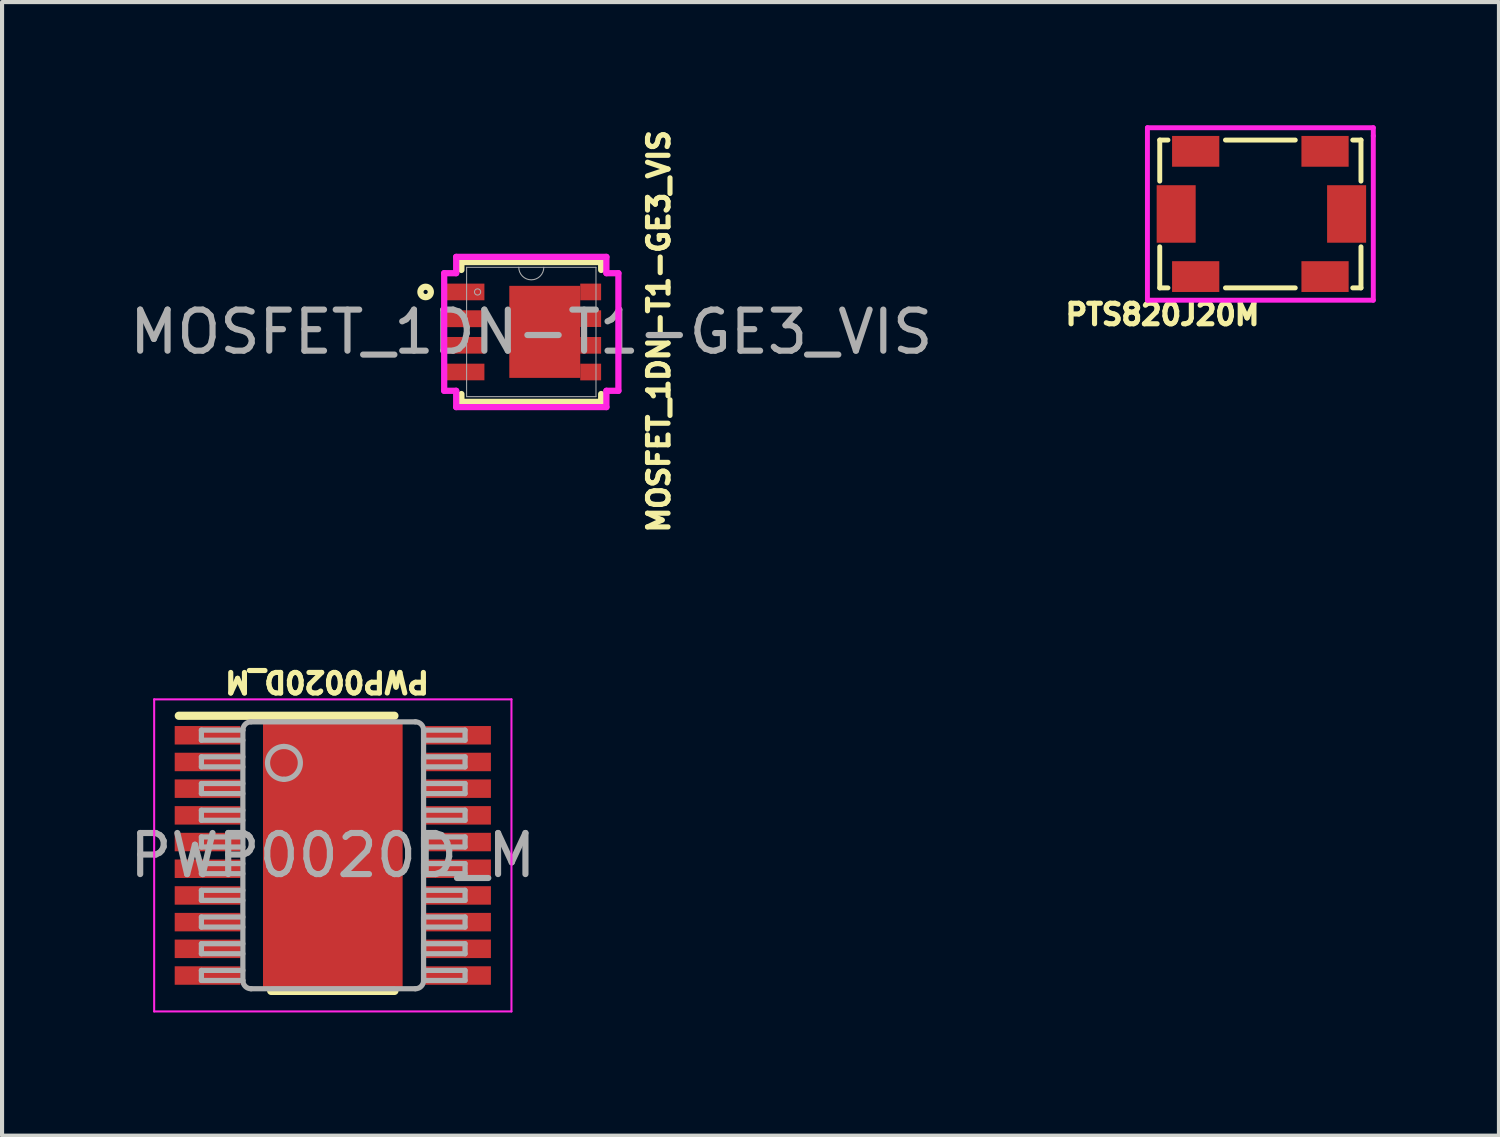
<source format=kicad_pcb>
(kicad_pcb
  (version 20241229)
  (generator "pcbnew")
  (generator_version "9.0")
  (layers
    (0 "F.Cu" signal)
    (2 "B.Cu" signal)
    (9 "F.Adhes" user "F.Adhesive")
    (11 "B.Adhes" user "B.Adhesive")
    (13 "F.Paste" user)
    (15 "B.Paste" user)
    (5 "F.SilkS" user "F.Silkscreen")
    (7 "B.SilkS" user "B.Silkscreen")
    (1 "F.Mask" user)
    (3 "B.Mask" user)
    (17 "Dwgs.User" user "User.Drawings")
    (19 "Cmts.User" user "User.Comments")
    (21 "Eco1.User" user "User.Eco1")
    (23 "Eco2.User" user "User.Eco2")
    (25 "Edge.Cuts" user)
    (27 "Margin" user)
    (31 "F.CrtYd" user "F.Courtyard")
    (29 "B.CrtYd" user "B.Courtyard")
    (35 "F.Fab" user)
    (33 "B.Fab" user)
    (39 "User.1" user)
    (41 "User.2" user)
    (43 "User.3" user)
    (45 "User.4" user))
  (footprint "MOSFET_1DN-T1-GE3_VIS"
    (layer "F.Cu")
    (at 9.887 5.034)
    (property "Reference" "MOSFET_1DN-T1-GE3_VIS" (at 3.105 -0.016 90) (unlocked yes) (layer "F.SilkS") (effects (font (size 0.5 0.5) (thickness 0.125))))
    (attr smd)
    (fp_poly (pts (xy -0.536 -1.118) (xy -0.536 1.118) (xy 1.191 1.118) (xy 1.191 -1.118)) (stroke (width 0) (type solid)) (fill yes) (layer "F.Mask"))
    (fp_poly (pts (xy -0.536 -1.118) (xy -0.536 1.118) (xy 1.191 1.118) (xy 1.191 -1.118)) (stroke (width 0) (type solid)) (fill yes) (layer "F.Mask"))
    (fp_line (start -1.702 -1.702) (end -1.702 -1.511) (stroke (width 0.152) (type solid)) (layer "F.SilkS"))
    (fp_line (start -1.702 1.511) (end -1.702 1.702) (stroke (width 0.152) (type solid)) (layer "F.SilkS"))
    (fp_line (start -1.702 1.702) (end 1.702 1.702) (stroke (width 0.152) (type solid)) (layer "F.SilkS"))
    (fp_line (start 1.702 -1.702) (end -1.702 -1.702) (stroke (width 0.152) (type solid)) (layer "F.SilkS"))
    (fp_line (start 1.702 -1.511) (end 1.702 -1.702) (stroke (width 0.152) (type solid)) (layer "F.SilkS"))
    (fp_line (start 1.702 1.702) (end 1.702 1.511) (stroke (width 0.152) (type solid)) (layer "F.SilkS"))
    (fp_circle (center -2.573 -0.975) (end -2.446 -0.975) (stroke (width 0.152) (type solid)) (fill no) (layer "F.SilkS"))
    (fp_line (start -2.121 -1.432) (end -1.829 -1.432) (stroke (width 0.152) (type solid)) (layer "F.CrtYd"))
    (fp_line (start -2.121 1.432) (end -2.121 -1.432) (stroke (width 0.152) (type solid)) (layer "F.CrtYd"))
    (fp_line (start -2.121 1.432) (end -1.829 1.432) (stroke (width 0.152) (type solid)) (layer "F.CrtYd"))
    (fp_line (start -1.829 -1.829) (end 1.829 -1.829) (stroke (width 0.152) (type solid)) (layer "F.CrtYd"))
    (fp_line (start -1.829 -1.432) (end -1.829 -1.829) (stroke (width 0.152) (type solid)) (layer "F.CrtYd"))
    (fp_line (start -1.829 1.829) (end -1.829 1.432) (stroke (width 0.152) (type solid)) (layer "F.CrtYd"))
    (fp_line (start 1.829 -1.829) (end 1.829 -1.432) (stroke (width 0.152) (type solid)) (layer "F.CrtYd"))
    (fp_line (start 1.829 1.432) (end 1.829 1.829) (stroke (width 0.152) (type solid)) (layer "F.CrtYd"))
    (fp_line (start 1.829 1.829) (end -1.829 1.829) (stroke (width 0.152) (type solid)) (layer "F.CrtYd"))
    (fp_line (start 2.121 -1.432) (end 1.829 -1.432) (stroke (width 0.152) (type solid)) (layer "F.CrtYd"))
    (fp_line (start 2.121 -1.432) (end 2.121 1.432) (stroke (width 0.152) (type solid)) (layer "F.CrtYd"))
    (fp_line (start 2.121 1.432) (end 1.829 1.432) (stroke (width 0.152) (type solid)) (layer "F.CrtYd"))
    (fp_line (start -1.575 -1.575) (end -1.575 1.575) (stroke (width 0.025) (type solid)) (layer "F.Fab"))
    (fp_line (start -1.575 1.575) (end 1.575 1.575) (stroke (width 0.025) (type solid)) (layer "F.Fab"))
    (fp_line (start 1.575 -1.575) (end -1.575 -1.575) (stroke (width 0.025) (type solid)) (layer "F.Fab"))
    (fp_line (start 1.575 1.575) (end 1.575 -1.575) (stroke (width 0.025) (type solid)) (layer "F.Fab"))
    (fp_arc (start 0.3048 -1.5748) (mid 0 -1.27) (end -0.3048 -1.5748) (stroke (width 0.0254) (type solid)) (layer "F.Fab"))
    (fp_circle (center -1.308 -0.975) (end -1.232 -0.975) (stroke (width 0.025) (type solid)) (fill no) (layer "F.Fab"))
    (fp_text user "${REFERENCE}" (at 0 0 0) (unlocked yes) (layer "F.Fab") (effects (font (size 1 1) (thickness 0.15))))
    (pad "1" smd rect (at -1.651 -0.975) (size 1.019 0.406) (layers "F.Cu" "F.Mask" "F.Paste"))
    (pad "2" smd rect (at -1.651 -0.323) (size 1.019 0.41) (layers "F.Cu" "F.Mask" "F.Paste"))
    (pad "3" smd rect (at -1.651 0.324) (size 1.019 0.405) (layers "F.Cu" "F.Mask" "F.Paste"))
    (pad "4" smd rect (at -1.651 0.974) (size 1.019 0.405) (layers "F.Cu" "F.Mask" "F.Paste"))
    (pad "5" smd rect (at 1.446 0.975) (size 0.508 0.406) (layers "F.Cu" "F.Mask" "F.Paste"))
    (pad "6" smd rect (at 1.446 0.325) (size 0.508 0.406) (layers "F.Cu" "F.Mask" "F.Paste"))
    (pad "7" smd rect (at 1.446 -0.325) (size 0.508 0.406) (layers "F.Cu" "F.Mask" "F.Paste"))
    (pad "8" smd rect (at 1.446 -0.975) (size 0.508 0.406) (layers "F.Cu" "F.Mask" "F.Paste"))
    (pad "9" smd rect (at 0.328 -0.003) (size 1.727 2.241) (layers "F.Cu" "F.Mask" "F.Paste")))
  (footprint "PTS820J20M"
    (layer "F.Cu")
    (at 25.09 1.46)
    (property "Reference" "PTS820J20M" (at 0.167 3.149 180) (layer "F.SilkS") (effects (font (size 0.5 0.5) (thickness 0.125))))
    (attr smd)
    (fp_line (start 0.1 -1.1) (end 0.1 -0.1) (stroke (width 0.12) (type solid)) (layer "F.SilkS"))
    (fp_line (start 0.1 1.5) (end 0.1 2.5) (stroke (width 0.12) (type solid)) (layer "F.SilkS"))
    (fp_line (start 0.1 2.5) (end 0.3 2.5) (stroke (width 0.12) (type solid)) (layer "F.SilkS"))
    (fp_line (start 0.3 -1.1) (end 0.1 -1.1) (stroke (width 0.12) (type solid)) (layer "F.SilkS"))
    (fp_line (start 1.7 -1.1) (end 3.4 -1.1) (stroke (width 0.12) (type solid)) (layer "F.SilkS"))
    (fp_line (start 1.7 2.5) (end 3.4 2.5) (stroke (width 0.12) (type solid)) (layer "F.SilkS"))
    (fp_line (start 4.8 -1.1) (end 5 -1.1) (stroke (width 0.12) (type solid)) (layer "F.SilkS"))
    (fp_line (start 4.8 2.5) (end 5 2.5) (stroke (width 0.12) (type solid)) (layer "F.SilkS"))
    (fp_line (start 5 -1.1) (end 5 -0.1) (stroke (width 0.12) (type solid)) (layer "F.SilkS"))
    (fp_line (start 5 2.5) (end 5 1.5) (stroke (width 0.12) (type solid)) (layer "F.SilkS"))
    (fp_line (start -0.2 -1.4) (end 5.3 -1.4) (stroke (width 0.12) (type solid)) (layer "F.CrtYd"))
    (fp_line (start -0.2 2.8) (end -0.2 -1.4) (stroke (width 0.12) (type solid)) (layer "F.CrtYd"))
    (fp_line (start 5.3 -1.4) (end 5.3 -1.2) (stroke (width 0.12) (type solid)) (layer "F.CrtYd"))
    (fp_line (start 5.3 -1.2) (end 5.3 2.8) (stroke (width 0.12) (type solid)) (layer "F.CrtYd"))
    (fp_line (start 5.3 2.8) (end -0.2 2.8) (stroke (width 0.12) (type solid)) (layer "F.CrtYd"))
    (pad "1" smd rect (at 0.5 0.7) (size 0.95 1.4) (layers "F.Cu" "F.Mask" "F.Paste"))
    (pad "2" smd rect (at 4.65 0.7) (size 0.95 1.4) (layers "F.Cu" "F.Mask" "F.Paste"))
    (pad "3" smd rect (at 0.975 -0.825) (size 1.15 0.75) (layers "F.Cu" "F.Mask" "F.Paste"))
    (pad "4" smd rect (at 4.125 -0.825) (size 1.15 0.75) (layers "F.Cu" "F.Mask" "F.Paste"))
    (pad "5" smd rect (at 0.975 2.225) (size 1.15 0.75) (layers "F.Cu" "F.Mask" "F.Paste"))
    (pad "6" smd rect (at 4.125 2.225) (size 1.15 0.75) (layers "F.Cu" "F.Mask" "F.Paste")))
  (footprint "PWP0020D_M"
    (layer "F.Cu")
    (at 5.054 17.779)
    (property "Reference" "PWP0020D_M" (at -0.14 -4.23 180) (unlocked yes) (layer "F.SilkS") (effects (font (size 0.5 0.5) (thickness 0.125))))
    (attr smd)
    (fp_poly (pts (xy -1.2 1.65) (xy -1.2 -1.65) (xy -1.15 -1.7) (xy 1.15 -1.7) (xy 1.2 -1.65) (xy 1.2 1.65) (xy 1.15 1.7) (xy -1.15 1.7)) (stroke (width 0) (type solid)) (fill yes) (layer "F.Mask"))
    (fp_line (start -3.75 -3.4) (end 1.5 -3.4) (stroke (width 0.2) (type solid)) (layer "F.SilkS"))
    (fp_line (start -1.5 3.3) (end 1.5 3.3) (stroke (width 0.2) (type solid)) (layer "F.SilkS"))
    (fp_poly (pts (xy -1.2 1.65) (xy -1.2 -1.65) (xy -1.15 -1.7) (xy 1.15 -1.7) (xy 1.2 -1.65) (xy 1.2 1.65) (xy 1.15 1.7) (xy -1.15 1.7)) (stroke (width 0) (type solid)) (fill yes) (layer "F.Paste"))
    (fp_line (start -4.35 -3.8) (end 4.35 -3.8) (stroke (width 0.05) (type solid)) (layer "F.CrtYd"))
    (fp_line (start -4.35 3.8) (end -4.35 -3.8) (stroke (width 0.05) (type solid)) (layer "F.CrtYd"))
    (fp_line (start -4.35 3.8) (end 4.35 3.8) (stroke (width 0.05) (type solid)) (layer "F.CrtYd"))
    (fp_line (start 4.35 3.8) (end 4.35 -3.8) (stroke (width 0.05) (type solid)) (layer "F.CrtYd"))
    (fp_line (start -3.2 -3.05) (end -2.19 -3.05) (stroke (width 0.127) (type solid)) (layer "F.Fab"))
    (fp_line (start -3.2 -2.805) (end -3.2 -3.05) (stroke (width 0.127) (type solid)) (layer "F.Fab"))
    (fp_line (start -3.2 -2.805) (end -2.19 -2.805) (stroke (width 0.127) (type solid)) (layer "F.Fab"))
    (fp_line (start -3.2 -2.4) (end -2.19 -2.4) (stroke (width 0.127) (type solid)) (layer "F.Fab"))
    (fp_line (start -3.2 -2.155) (end -3.2 -2.4) (stroke (width 0.127) (type solid)) (layer "F.Fab"))
    (fp_line (start -3.2 -2.155) (end -2.19 -2.155) (stroke (width 0.127) (type solid)) (layer "F.Fab"))
    (fp_line (start -3.2 -1.75) (end -2.19 -1.75) (stroke (width 0.127) (type solid)) (layer "F.Fab"))
    (fp_line (start -3.2 -1.505) (end -3.2 -1.75) (stroke (width 0.127) (type solid)) (layer "F.Fab"))
    (fp_line (start -3.2 -1.505) (end -2.19 -1.505) (stroke (width 0.127) (type solid)) (layer "F.Fab"))
    (fp_line (start -3.2 -1.1) (end -2.19 -1.1) (stroke (width 0.127) (type solid)) (layer "F.Fab"))
    (fp_line (start -3.2 -0.855) (end -3.2 -1.1) (stroke (width 0.127) (type solid)) (layer "F.Fab"))
    (fp_line (start -3.2 -0.855) (end -2.19 -0.855) (stroke (width 0.127) (type solid)) (layer "F.Fab"))
    (fp_line (start -3.2 -0.45) (end -2.19 -0.45) (stroke (width 0.127) (type solid)) (layer "F.Fab"))
    (fp_line (start -3.2 -0.205) (end -3.2 -0.45) (stroke (width 0.127) (type solid)) (layer "F.Fab"))
    (fp_line (start -3.2 -0.205) (end -2.19 -0.205) (stroke (width 0.127) (type solid)) (layer "F.Fab"))
    (fp_line (start -3.2 0.2) (end -2.19 0.2) (stroke (width 0.127) (type solid)) (layer "F.Fab"))
    (fp_line (start -3.2 0.445) (end -3.2 0.2) (stroke (width 0.127) (type solid)) (layer "F.Fab"))
    (fp_line (start -3.2 0.445) (end -2.19 0.445) (stroke (width 0.127) (type solid)) (layer "F.Fab"))
    (fp_line (start -3.2 0.85) (end -2.19 0.85) (stroke (width 0.127) (type solid)) (layer "F.Fab"))
    (fp_line (start -3.2 1.095) (end -3.2 0.85) (stroke (width 0.127) (type solid)) (layer "F.Fab"))
    (fp_line (start -3.2 1.095) (end -2.19 1.095) (stroke (width 0.127) (type solid)) (layer "F.Fab"))
    (fp_line (start -3.2 1.5) (end -2.19 1.5) (stroke (width 0.127) (type solid)) (layer "F.Fab"))
    (fp_line (start -3.2 1.745) (end -3.2 1.5) (stroke (width 0.127) (type solid)) (layer "F.Fab"))
    (fp_line (start -3.2 1.745) (end -2.19 1.745) (stroke (width 0.127) (type solid)) (layer "F.Fab"))
    (fp_line (start -3.2 2.15) (end -2.19 2.15) (stroke (width 0.127) (type solid)) (layer "F.Fab"))
    (fp_line (start -3.2 2.395) (end -3.2 2.15) (stroke (width 0.127) (type solid)) (layer "F.Fab"))
    (fp_line (start -3.2 2.395) (end -2.19 2.395) (stroke (width 0.127) (type solid)) (layer "F.Fab"))
    (fp_line (start -3.2 2.8) (end -2.19 2.8) (stroke (width 0.127) (type solid)) (layer "F.Fab"))
    (fp_line (start -3.2 3.045) (end -3.2 2.8) (stroke (width 0.127) (type solid)) (layer "F.Fab"))
    (fp_line (start -3.2 3.045) (end -2.19 3.045) (stroke (width 0.127) (type solid)) (layer "F.Fab"))
    (fp_line (start -2.19 3.047) (end -2.19 -3.052) (stroke (width 0.127) (type solid)) (layer "F.Fab"))
    (fp_line (start -1.99 -3.252) (end 2.01 -3.252) (stroke (width 0.127) (type solid)) (layer "F.Fab"))
    (fp_line (start -1.99 3.247) (end 2.01 3.247) (stroke (width 0.127) (type solid)) (layer "F.Fab"))
    (fp_line (start 2.21 -2.805) (end 2.21 -3.05) (stroke (width 0.127) (type solid)) (layer "F.Fab"))
    (fp_line (start 2.21 -2.155) (end 2.21 -2.4) (stroke (width 0.127) (type solid)) (layer "F.Fab"))
    (fp_line (start 2.21 -1.505) (end 2.21 -1.75) (stroke (width 0.127) (type solid)) (layer "F.Fab"))
    (fp_line (start 2.21 -0.855) (end 2.21 -1.1) (stroke (width 0.127) (type solid)) (layer "F.Fab"))
    (fp_line (start 2.21 -0.205) (end 2.21 -0.45) (stroke (width 0.127) (type solid)) (layer "F.Fab"))
    (fp_line (start 2.21 0.445) (end 2.21 0.2) (stroke (width 0.127) (type solid)) (layer "F.Fab"))
    (fp_line (start 2.21 1.095) (end 2.21 0.85) (stroke (width 0.127) (type solid)) (layer "F.Fab"))
    (fp_line (start 2.21 1.745) (end 2.21 1.5) (stroke (width 0.127) (type solid)) (layer "F.Fab"))
    (fp_line (start 2.21 2.395) (end 2.21 2.15) (stroke (width 0.127) (type solid)) (layer "F.Fab"))
    (fp_line (start 2.21 3.045) (end 2.21 2.8) (stroke (width 0.127) (type solid)) (layer "F.Fab"))
    (fp_line (start 2.21 3.047) (end 2.21 -3.052) (stroke (width 0.127) (type solid)) (layer "F.Fab"))
    (fp_line (start 2.21 -3.05) (end 3.22 -3.05) (stroke (width 0.127) (type solid)) (layer "F.Fab"))
    (fp_line (start 2.21 -2.805) (end 3.22 -2.805) (stroke (width 0.127) (type solid)) (layer "F.Fab"))
    (fp_line (start 2.21 -2.4) (end 3.22 -2.4) (stroke (width 0.127) (type solid)) (layer "F.Fab"))
    (fp_line (start 2.21 -2.155) (end 3.22 -2.155) (stroke (width 0.127) (type solid)) (layer "F.Fab"))
    (fp_line (start 2.21 -1.75) (end 3.22 -1.75) (stroke (width 0.127) (type solid)) (layer "F.Fab"))
    (fp_line (start 2.21 -1.505) (end 3.22 -1.505) (stroke (width 0.127) (type solid)) (layer "F.Fab"))
    (fp_line (start 2.21 -1.1) (end 3.22 -1.1) (stroke (width 0.127) (type solid)) (layer "F.Fab"))
    (fp_line (start 2.21 -0.855) (end 3.22 -0.855) (stroke (width 0.127) (type solid)) (layer "F.Fab"))
    (fp_line (start 2.21 -0.45) (end 3.22 -0.45) (stroke (width 0.127) (type solid)) (layer "F.Fab"))
    (fp_line (start 2.21 -0.205) (end 3.22 -0.205) (stroke (width 0.127) (type solid)) (layer "F.Fab"))
    (fp_line (start 2.21 0.2) (end 3.22 0.2) (stroke (width 0.127) (type solid)) (layer "F.Fab"))
    (fp_line (start 2.21 0.445) (end 3.22 0.445) (stroke (width 0.127) (type solid)) (layer "F.Fab"))
    (fp_line (start 2.21 0.85) (end 3.22 0.85) (stroke (width 0.127) (type solid)) (layer "F.Fab"))
    (fp_line (start 2.21 1.095) (end 3.22 1.095) (stroke (width 0.127) (type solid)) (layer "F.Fab"))
    (fp_line (start 2.21 1.5) (end 3.22 1.5) (stroke (width 0.127) (type solid)) (layer "F.Fab"))
    (fp_line (start 2.21 1.745) (end 3.22 1.745) (stroke (width 0.127) (type solid)) (layer "F.Fab"))
    (fp_line (start 2.21 2.15) (end 3.22 2.15) (stroke (width 0.127) (type solid)) (layer "F.Fab"))
    (fp_line (start 2.21 2.395) (end 3.22 2.395) (stroke (width 0.127) (type solid)) (layer "F.Fab"))
    (fp_line (start 2.21 2.8) (end 3.22 2.8) (stroke (width 0.127) (type solid)) (layer "F.Fab"))
    (fp_line (start 2.21 3.045) (end 3.22 3.045) (stroke (width 0.127) (type solid)) (layer "F.Fab"))
    (fp_line (start 3.22 -2.805) (end 3.22 -3.05) (stroke (width 0.127) (type solid)) (layer "F.Fab"))
    (fp_line (start 3.22 -2.155) (end 3.22 -2.4) (stroke (width 0.127) (type solid)) (layer "F.Fab"))
    (fp_line (start 3.22 -1.505) (end 3.22 -1.75) (stroke (width 0.127) (type solid)) (layer "F.Fab"))
    (fp_line (start 3.22 -0.855) (end 3.22 -1.1) (stroke (width 0.127) (type solid)) (layer "F.Fab"))
    (fp_line (start 3.22 -0.205) (end 3.22 -0.45) (stroke (width 0.127) (type solid)) (layer "F.Fab"))
    (fp_line (start 3.22 0.445) (end 3.22 0.2) (stroke (width 0.127) (type solid)) (layer "F.Fab"))
    (fp_line (start 3.22 1.095) (end 3.22 0.85) (stroke (width 0.127) (type solid)) (layer "F.Fab"))
    (fp_line (start 3.22 1.745) (end 3.22 1.5) (stroke (width 0.127) (type solid)) (layer "F.Fab"))
    (fp_line (start 3.22 2.395) (end 3.22 2.15) (stroke (width 0.127) (type solid)) (layer "F.Fab"))
    (fp_line (start 3.22 3.045) (end 3.22 2.8) (stroke (width 0.127) (type solid)) (layer "F.Fab"))
    (fp_arc (start -2.189869 -3.052488) (mid -2.13129 -3.193909) (end -1.989869 -3.252488) (stroke (width 0.127) (type solid)) (layer "F.Fab"))
    (fp_arc (start -1.989869 3.247499) (mid -2.13129 3.188921) (end -2.189869 3.0475) (stroke (width 0.127) (type solid)) (layer "F.Fab"))
    (fp_arc (start -1.189871 -2.652489) (mid -0.789871 -2.25249) (end -1.189871 -1.852491) (stroke (width 0.127) (type solid)) (layer "F.Fab"))
    (fp_arc (start -1.189871 -1.852491) (mid -1.58987 -2.25249) (end -1.189871 -2.652489) (stroke (width 0.127) (type solid)) (layer "F.Fab"))
    (fp_arc (start 2.010123 -3.252488) (mid 2.151554 -3.193918) (end 2.210123 -3.052488) (stroke (width 0.127) (type solid)) (layer "F.Fab"))
    (fp_arc (start 2.210123 3.0475) (mid 2.15155 3.188925) (end 2.010123 3.247499) (stroke (width 0.127) (type solid)) (layer "F.Fab"))
    (fp_text user "${REFERENCE}" (at 0 0 0) (unlocked yes) (layer "F.Fab") (effects (font (size 1 1) (thickness 0.15))))
    (pad "1" smd rect (at -3.05 -2.925 90) (size 0.45 1.6) (layers "F.Cu" "F.Mask" "F.Paste"))
    (pad "2" smd rect (at -3.05 -2.275 90) (size 0.45 1.6) (layers "F.Cu" "F.Mask" "F.Paste"))
    (pad "3" smd rect (at -3.05 -1.625 90) (size 0.45 1.6) (layers "F.Cu" "F.Mask" "F.Paste"))
    (pad "4" smd rect (at -3.05 -0.975 90) (size 0.45 1.6) (layers "F.Cu" "F.Mask" "F.Paste"))
    (pad "5" smd rect (at -3.05 -0.325 90) (size 0.45 1.6) (layers "F.Cu" "F.Mask" "F.Paste"))
    (pad "6" smd rect (at -3.05 0.325 90) (size 0.45 1.6) (layers "F.Cu" "F.Mask" "F.Paste"))
    (pad "7" smd rect (at -3.05 0.975 90) (size 0.45 1.6) (layers "F.Cu" "F.Mask" "F.Paste"))
    (pad "8" smd rect (at -3.05 1.625 90) (size 0.45 1.6) (layers "F.Cu" "F.Mask" "F.Paste"))
    (pad "9" smd rect (at -3.05 2.275 90) (size 0.45 1.6) (layers "F.Cu" "F.Mask" "F.Paste"))
    (pad "10" smd rect (at -3.05 2.925 90) (size 0.45 1.6) (layers "F.Cu" "F.Mask" "F.Paste"))
    (pad "11" smd rect (at 3.05 2.925 90) (size 0.45 1.6) (layers "F.Cu" "F.Mask" "F.Paste"))
    (pad "12" smd rect (at 3.05 2.275 90) (size 0.45 1.6) (layers "F.Cu" "F.Mask" "F.Paste"))
    (pad "13" smd rect (at 3.05 1.625 90) (size 0.45 1.6) (layers "F.Cu" "F.Mask" "F.Paste"))
    (pad "14" smd rect (at 3.05 0.975 90) (size 0.45 1.6) (layers "F.Cu" "F.Mask" "F.Paste"))
    (pad "15" smd rect (at 3.05 0.325 90) (size 0.45 1.6) (layers "F.Cu" "F.Mask" "F.Paste"))
    (pad "16" smd rect (at 3.05 -0.325 90) (size 0.45 1.6) (layers "F.Cu" "F.Mask" "F.Paste"))
    (pad "17" smd rect (at 3.05 -0.975 90) (size 0.45 1.6) (layers "F.Cu" "F.Mask" "F.Paste"))
    (pad "18" smd rect (at 3.05 -1.625 90) (size 0.45 1.6) (layers "F.Cu" "F.Mask" "F.Paste"))
    (pad "19" smd rect (at 3.05 -2.275 90) (size 0.45 1.6) (layers "F.Cu" "F.Mask" "F.Paste"))
    (pad "20" smd rect (at 3.05 -2.925 90) (size 0.45 1.6) (layers "F.Cu" "F.Mask" "F.Paste"))
    (pad "21" smd rect (at 0 0) (size 3.4 6.5) (layers "F.Cu")))
  (gr_rect
    (start -3 -3)
    (end 33.45 24.604)
    (stroke (width 0.1) (type default))
    (fill no)
    (layer "Edge.Cuts")))
</source>
